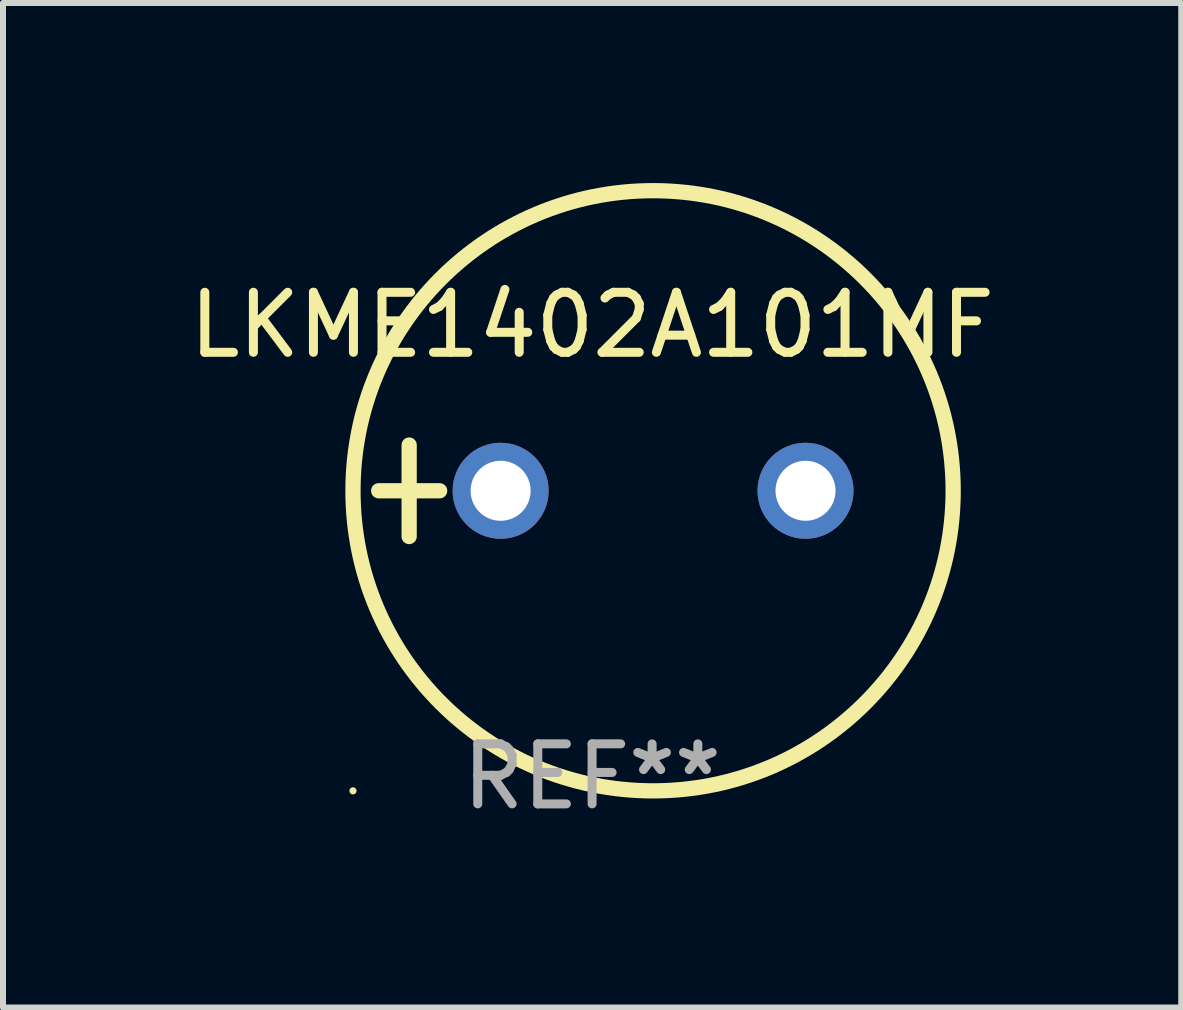
<source format=kicad_pcb>
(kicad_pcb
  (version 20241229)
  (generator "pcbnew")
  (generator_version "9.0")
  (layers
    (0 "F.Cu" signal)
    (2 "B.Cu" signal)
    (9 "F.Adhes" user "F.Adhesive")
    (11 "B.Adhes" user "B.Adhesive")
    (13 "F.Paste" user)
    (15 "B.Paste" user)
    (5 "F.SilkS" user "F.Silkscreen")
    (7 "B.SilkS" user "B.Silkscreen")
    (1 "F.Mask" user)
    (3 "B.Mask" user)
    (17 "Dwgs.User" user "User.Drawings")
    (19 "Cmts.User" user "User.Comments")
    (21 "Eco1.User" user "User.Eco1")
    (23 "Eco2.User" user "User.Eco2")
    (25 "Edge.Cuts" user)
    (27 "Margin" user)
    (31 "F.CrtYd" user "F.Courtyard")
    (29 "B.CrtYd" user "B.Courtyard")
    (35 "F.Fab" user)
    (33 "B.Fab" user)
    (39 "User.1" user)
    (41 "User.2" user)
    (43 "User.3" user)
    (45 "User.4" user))
  (footprint "LKME1402A101MF"
    (layer "F.Cu")
    (at 6.815 5.127)
    (property "Reference" "LKME1402A101MF" (at 0 -2.762 0) (layer "F.SilkS") (effects (font (size 1 1) (thickness 0.15))))
    (attr through_hole)
    (fp_line (start -3.556 0) (end -2.54 0) (stroke (width 0.254) (type solid)) (layer "F.SilkS"))
    (fp_line (start -3.048 -0.762) (end -3.048 0.762) (stroke (width 0.254) (type solid)) (layer "F.SilkS"))
    (fp_circle (center -3.984 5) (end -3.954 5) (stroke (width 0.06) (type solid)) (fill no) (layer "F.SilkS"))
    (fp_circle (center 1.016 0) (end 6.016 0) (stroke (width 0.254) (type solid)) (fill no) (layer "F.SilkS"))
    (fp_text user "REF**" (at 0 4.762 0) (layer "F.Fab") (effects (font (size 1 1) (thickness 0.15))))
    (pad "1" thru_hole circle (at -1.524 0) (size 1.6 1.6) (drill 1) (layers "*.Cu" "*.Mask"))
    (pad "2" thru_hole circle (at 3.556 0) (size 1.6 1.6) (drill 1) (layers "*.Cu" "*.Mask")))
  (gr_rect
    (start -3 -3)
    (end 16.631 13.737)
    (stroke (width 0.1) (type default))
    (fill no)
    (layer "Edge.Cuts")))
</source>
